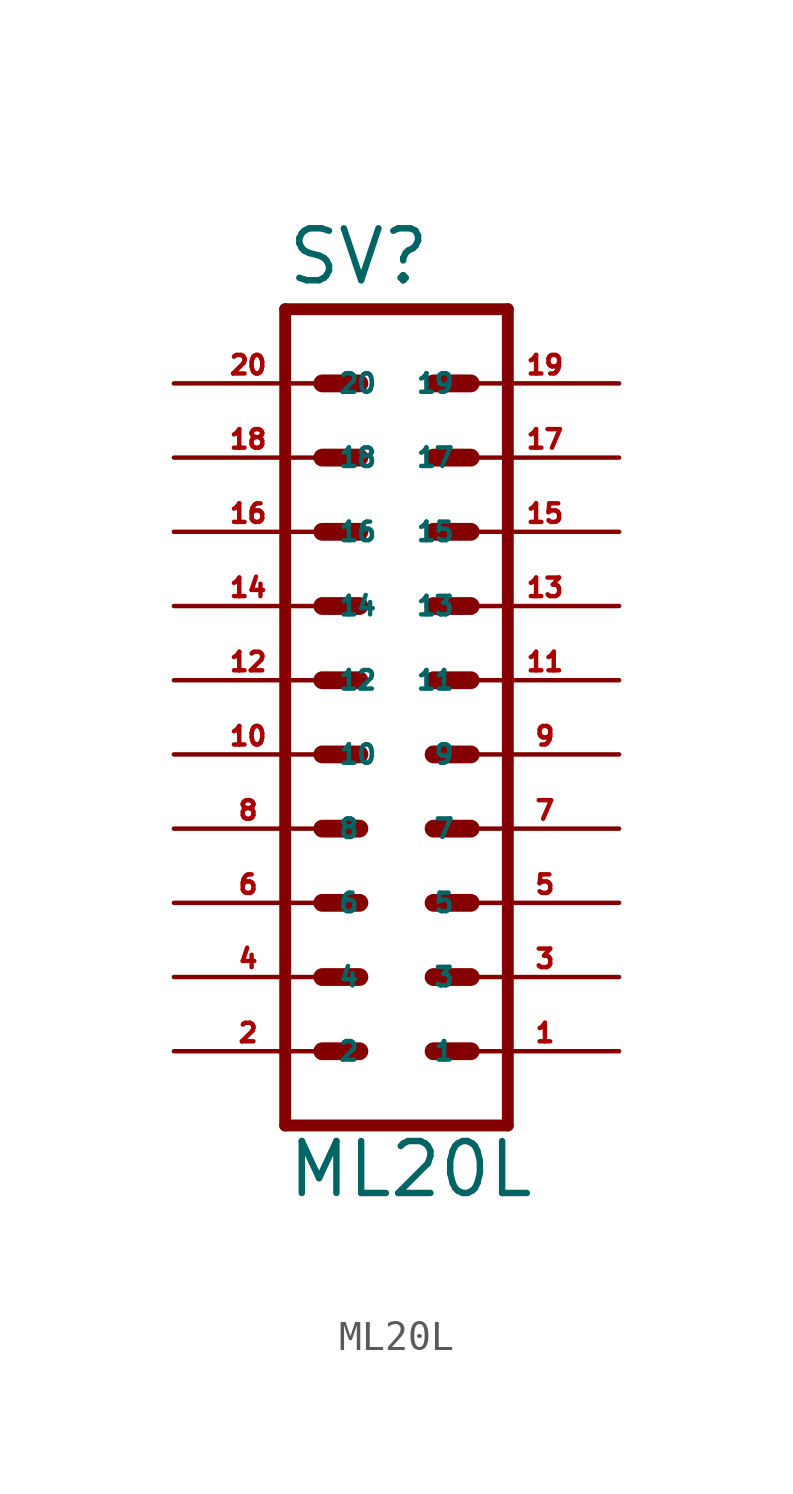
<source format=kicad_sym>
(kicad_symbol_lib
  (version 20220914)
  (generator Eagle2Kicad)
  (symbol "ML20L"
    (property "Reference" "SV"
      (at -3.81 13.462 0)
      (effects (font (size 1.778 1.778) (thickness 0.22)) (justify left bottom)))
    (property "Value" "ML20L"
      (at -3.81 -17.78 0)
      (effects (font (size 1.778 1.778) (thickness 0.22)) (justify left bottom)))
    (polyline
      (pts (xy 3.81 -15.24) (xy -3.81 -15.24))
      (stroke (width 0.406) (type default))
      (fill (type none)))
    (polyline
      (pts (xy -3.81 12.7) (xy -3.81 -15.24))
      (stroke (width 0.406) (type default))
      (fill (type none)))
    (polyline
      (pts (xy -3.81 12.7) (xy 3.81 12.7))
      (stroke (width 0.406) (type default))
      (fill (type none)))
    (polyline
      (pts (xy 3.81 -15.24) (xy 3.81 12.7))
      (stroke (width 0.406) (type default))
      (fill (type none)))
    (polyline
      (pts (xy 1.27 -2.54) (xy 2.54 -2.54))
      (stroke (width 0.61) (type default))
      (fill (type none)))
    (polyline
      (pts (xy 1.27 -5.08) (xy 2.54 -5.08))
      (stroke (width 0.61) (type default))
      (fill (type none)))
    (polyline
      (pts (xy 1.27 -7.62) (xy 2.54 -7.62))
      (stroke (width 0.61) (type default))
      (fill (type none)))
    (polyline
      (pts (xy 1.27 -10.16) (xy 2.54 -10.16))
      (stroke (width 0.61) (type default))
      (fill (type none)))
    (polyline
      (pts (xy 1.27 -12.7) (xy 2.54 -12.7))
      (stroke (width 0.61) (type default))
      (fill (type none)))
    (polyline
      (pts (xy -2.54 -2.54) (xy -1.27 -2.54))
      (stroke (width 0.61) (type default))
      (fill (type none)))
    (polyline
      (pts (xy -2.54 -5.08) (xy -1.27 -5.08))
      (stroke (width 0.61) (type default))
      (fill (type none)))
    (polyline
      (pts (xy -2.54 -7.62) (xy -1.27 -7.62))
      (stroke (width 0.61) (type default))
      (fill (type none)))
    (polyline
      (pts (xy -2.54 -10.16) (xy -1.27 -10.16))
      (stroke (width 0.61) (type default))
      (fill (type none)))
    (polyline
      (pts (xy -2.54 -12.7) (xy -1.27 -12.7))
      (stroke (width 0.61) (type default))
      (fill (type none)))
    (polyline
      (pts (xy 1.27 0) (xy 2.54 0))
      (stroke (width 0.61) (type default))
      (fill (type none)))
    (polyline
      (pts (xy 1.27 2.54) (xy 2.54 2.54))
      (stroke (width 0.61) (type default))
      (fill (type none)))
    (polyline
      (pts (xy 1.27 5.08) (xy 2.54 5.08))
      (stroke (width 0.61) (type default))
      (fill (type none)))
    (polyline
      (pts (xy 1.27 7.62) (xy 2.54 7.62))
      (stroke (width 0.61) (type default))
      (fill (type none)))
    (polyline
      (pts (xy 1.27 10.16) (xy 2.54 10.16))
      (stroke (width 0.61) (type default))
      (fill (type none)))
    (polyline
      (pts (xy -2.54 0) (xy -1.27 0))
      (stroke (width 0.61) (type default))
      (fill (type none)))
    (polyline
      (pts (xy -2.54 2.54) (xy -1.27 2.54))
      (stroke (width 0.61) (type default))
      (fill (type none)))
    (polyline
      (pts (xy -2.54 5.08) (xy -1.27 5.08))
      (stroke (width 0.61) (type default))
      (fill (type none)))
    (polyline
      (pts (xy -2.54 7.62) (xy -1.27 7.62))
      (stroke (width 0.61) (type default))
      (fill (type none)))
    (polyline
      (pts (xy -2.54 10.16) (xy -1.27 10.16))
      (stroke (width 0.61) (type default))
      (fill (type none)))
    (pin passive line
      (at 7.62 -12.7 180)
      (length 5.08)
      (name "1" (effects (font (size 0.635 0.635) (thickness 0.08)) (justify left bottom)))
      (number "1" (effects (font (size 0.635 0.635) (thickness 0.08)) (justify left bottom))))
    (pin passive line
      (at 7.62 -10.16 180)
      (length 5.08)
      (name "3" (effects (font (size 0.635 0.635) (thickness 0.08)) (justify left bottom)))
      (number "3" (effects (font (size 0.635 0.635) (thickness 0.08)) (justify left bottom))))
    (pin passive line
      (at 7.62 -7.62 180)
      (length 5.08)
      (name "5" (effects (font (size 0.635 0.635) (thickness 0.08)) (justify left bottom)))
      (number "5" (effects (font (size 0.635 0.635) (thickness 0.08)) (justify left bottom))))
    (pin passive line
      (at 7.62 -5.08 180)
      (length 5.08)
      (name "7" (effects (font (size 0.635 0.635) (thickness 0.08)) (justify left bottom)))
      (number "7" (effects (font (size 0.635 0.635) (thickness 0.08)) (justify left bottom))))
    (pin passive line
      (at 7.62 -2.54 180)
      (length 5.08)
      (name "9" (effects (font (size 0.635 0.635) (thickness 0.08)) (justify left bottom)))
      (number "9" (effects (font (size 0.635 0.635) (thickness 0.08)) (justify left bottom))))
    (pin passive line
      (at 7.62 0 180)
      (length 5.08)
      (name "11" (effects (font (size 0.635 0.635) (thickness 0.08)) (justify left bottom)))
      (number "11" (effects (font (size 0.635 0.635) (thickness 0.08)) (justify left bottom))))
    (pin passive line
      (at 7.62 2.54 180)
      (length 5.08)
      (name "13" (effects (font (size 0.635 0.635) (thickness 0.08)) (justify left bottom)))
      (number "13" (effects (font (size 0.635 0.635) (thickness 0.08)) (justify left bottom))))
    (pin passive line
      (at 7.62 5.08 180)
      (length 5.08)
      (name "15" (effects (font (size 0.635 0.635) (thickness 0.08)) (justify left bottom)))
      (number "15" (effects (font (size 0.635 0.635) (thickness 0.08)) (justify left bottom))))
    (pin passive line
      (at 7.62 7.62 180)
      (length 5.08)
      (name "17" (effects (font (size 0.635 0.635) (thickness 0.08)) (justify left bottom)))
      (number "17" (effects (font (size 0.635 0.635) (thickness 0.08)) (justify left bottom))))
    (pin passive line
      (at 7.62 10.16 180)
      (length 5.08)
      (name "19" (effects (font (size 0.635 0.635) (thickness 0.08)) (justify left bottom)))
      (number "19" (effects (font (size 0.635 0.635) (thickness 0.08)) (justify left bottom))))
    (pin passive line
      (at -7.62 -12.7 0)
      (length 5.08)
      (name "2" (effects (font (size 0.635 0.635) (thickness 0.08)) (justify left bottom)))
      (number "2" (effects (font (size 0.635 0.635) (thickness 0.08)) (justify left bottom))))
    (pin passive line
      (at -7.62 -10.16 0)
      (length 5.08)
      (name "4" (effects (font (size 0.635 0.635) (thickness 0.08)) (justify left bottom)))
      (number "4" (effects (font (size 0.635 0.635) (thickness 0.08)) (justify left bottom))))
    (pin passive line
      (at -7.62 -7.62 0)
      (length 5.08)
      (name "6" (effects (font (size 0.635 0.635) (thickness 0.08)) (justify left bottom)))
      (number "6" (effects (font (size 0.635 0.635) (thickness 0.08)) (justify left bottom))))
    (pin passive line
      (at -7.62 -5.08 0)
      (length 5.08)
      (name "8" (effects (font (size 0.635 0.635) (thickness 0.08)) (justify left bottom)))
      (number "8" (effects (font (size 0.635 0.635) (thickness 0.08)) (justify left bottom))))
    (pin passive line
      (at -7.62 -2.54 0)
      (length 5.08)
      (name "10" (effects (font (size 0.635 0.635) (thickness 0.08)) (justify left bottom)))
      (number "10" (effects (font (size 0.635 0.635) (thickness 0.08)) (justify left bottom))))
    (pin passive line
      (at -7.62 0 0)
      (length 5.08)
      (name "12" (effects (font (size 0.635 0.635) (thickness 0.08)) (justify left bottom)))
      (number "12" (effects (font (size 0.635 0.635) (thickness 0.08)) (justify left bottom))))
    (pin passive line
      (at -7.62 2.54 0)
      (length 5.08)
      (name "14" (effects (font (size 0.635 0.635) (thickness 0.08)) (justify left bottom)))
      (number "14" (effects (font (size 0.635 0.635) (thickness 0.08)) (justify left bottom))))
    (pin passive line
      (at -7.62 5.08 0)
      (length 5.08)
      (name "16" (effects (font (size 0.635 0.635) (thickness 0.08)) (justify left bottom)))
      (number "16" (effects (font (size 0.635 0.635) (thickness 0.08)) (justify left bottom))))
    (pin passive line
      (at -7.62 7.62 0)
      (length 5.08)
      (name "18" (effects (font (size 0.635 0.635) (thickness 0.08)) (justify left bottom)))
      (number "18" (effects (font (size 0.635 0.635) (thickness 0.08)) (justify left bottom))))
    (pin passive line
      (at -7.62 10.16 0)
      (length 5.08)
      (name "20" (effects (font (size 0.635 0.635) (thickness 0.08)) (justify left bottom)))
      (number "20" (effects (font (size 0.635 0.635) (thickness 0.08)) (justify left bottom))))))
</source>
